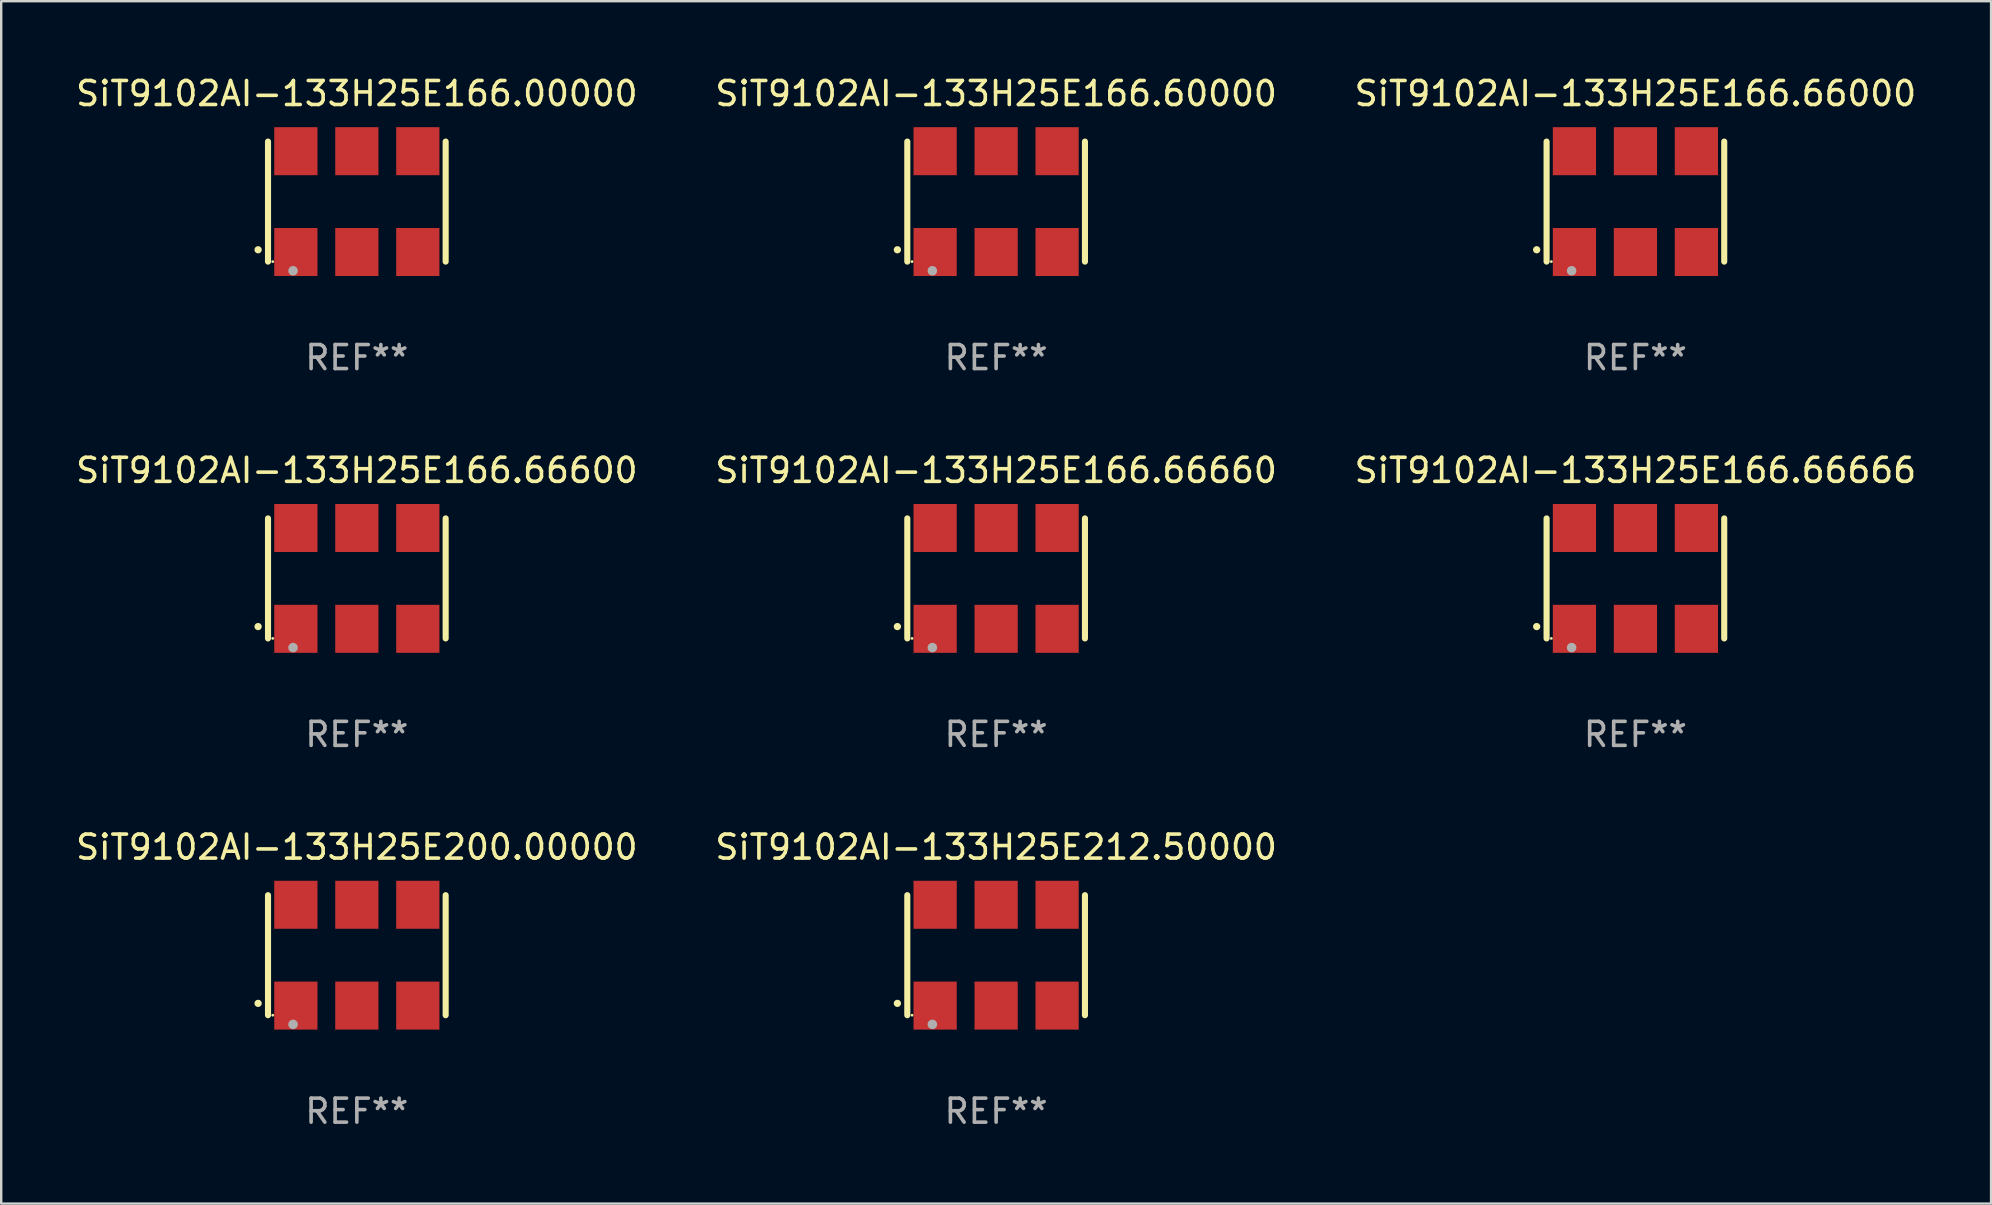
<source format=kicad_pcb>
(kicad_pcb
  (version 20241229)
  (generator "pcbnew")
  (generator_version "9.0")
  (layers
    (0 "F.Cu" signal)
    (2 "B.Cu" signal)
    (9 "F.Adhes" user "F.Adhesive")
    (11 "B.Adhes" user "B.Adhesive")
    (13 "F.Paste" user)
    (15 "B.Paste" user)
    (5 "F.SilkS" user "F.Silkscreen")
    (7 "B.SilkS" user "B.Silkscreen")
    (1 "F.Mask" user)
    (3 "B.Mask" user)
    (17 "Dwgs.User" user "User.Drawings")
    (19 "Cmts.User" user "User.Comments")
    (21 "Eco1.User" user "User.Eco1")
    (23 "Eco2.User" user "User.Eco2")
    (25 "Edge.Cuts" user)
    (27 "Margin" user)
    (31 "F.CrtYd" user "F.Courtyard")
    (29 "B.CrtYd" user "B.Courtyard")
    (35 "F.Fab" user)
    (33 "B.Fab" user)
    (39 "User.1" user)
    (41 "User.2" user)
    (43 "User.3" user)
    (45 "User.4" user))
  (footprint "SiT9102AI-133H25E212.50000"
    (layer "F.Cu")
    (at 38.446 36.741)
    (property "Reference" "SiT9102AI-133H25E212.50000" (at 0 -4.5 0) (layer "F.SilkS") (effects (font (size 1 1) (thickness 0.15))))
    (attr through_hole)
    (fp_line (start -3.7 -2.5) (end -3.7 2.5) (stroke (width 0.254) (type solid)) (layer "F.SilkS"))
    (fp_line (start 3.7 -2.5) (end 3.7 2.5) (stroke (width 0.254) (type solid)) (layer "F.SilkS"))
    (fp_arc (start -4.114415 2.006604) (mid -4.113145 2.006599) (end -4.111875 2.006604) (stroke (width 0.3) (type solid)) (layer "F.SilkS"))
    (fp_circle (center -3.502 2.5) (end -3.472 2.5) (stroke (width 0.06) (type solid)) (fill no) (layer "F.SilkS"))
    (fp_circle (center -2.657 2.882) (end -2.557 2.882) (stroke (width 0.2) (type solid)) (fill no) (layer "F.Fab"))
    (fp_text user "REF**" (at 0 6.5 0) (layer "F.Fab") (effects (font (size 1 1) (thickness 0.15))))
    (pad "1" smd rect (at -2.54 2.1) (size 1.8 2) (layers "F.Cu" "F.Mask" "F.Paste"))
    (pad "2" smd rect (at 0.000394 2.1) (size 1.8 2) (layers "F.Cu" "F.Mask" "F.Paste"))
    (pad "3" smd rect (at 2.54 2.1) (size 1.8 2) (layers "F.Cu" "F.Mask" "F.Paste"))
    (pad "4" smd rect (at 2.54 -2.1) (size 1.8 2) (layers "F.Cu" "F.Mask" "F.Paste"))
    (pad "5" smd rect (at 0.000394 -2.1) (size 1.8 2) (layers "F.Cu" "F.Mask" "F.Paste"))
    (pad "6" smd rect (at -2.54 -2.1) (size 1.8 2) (layers "F.Cu" "F.Mask" "F.Paste")))
  (footprint "SiT9102AI-133H25E166.66660"
    (layer "F.Cu")
    (at 38.446 21.045)
    (property "Reference" "SiT9102AI-133H25E166.66660" (at 0 -4.5 0) (layer "F.SilkS") (effects (font (size 1 1) (thickness 0.15))))
    (attr through_hole)
    (fp_line (start -3.7 -2.5) (end -3.7 2.5) (stroke (width 0.254) (type solid)) (layer "F.SilkS"))
    (fp_line (start 3.7 -2.5) (end 3.7 2.5) (stroke (width 0.254) (type solid)) (layer "F.SilkS"))
    (fp_arc (start -4.114415 2.006604) (mid -4.113145 2.006599) (end -4.111875 2.006604) (stroke (width 0.3) (type solid)) (layer "F.SilkS"))
    (fp_circle (center -3.502 2.5) (end -3.472 2.5) (stroke (width 0.06) (type solid)) (fill no) (layer "F.SilkS"))
    (fp_circle (center -2.657 2.882) (end -2.557 2.882) (stroke (width 0.2) (type solid)) (fill no) (layer "F.Fab"))
    (fp_text user "REF**" (at 0 6.5 0) (layer "F.Fab") (effects (font (size 1 1) (thickness 0.15))))
    (pad "1" smd rect (at -2.54 2.1) (size 1.8 2) (layers "F.Cu" "F.Mask" "F.Paste"))
    (pad "2" smd rect (at 0.000394 2.1) (size 1.8 2) (layers "F.Cu" "F.Mask" "F.Paste"))
    (pad "3" smd rect (at 2.54 2.1) (size 1.8 2) (layers "F.Cu" "F.Mask" "F.Paste"))
    (pad "4" smd rect (at 2.54 -2.1) (size 1.8 2) (layers "F.Cu" "F.Mask" "F.Paste"))
    (pad "5" smd rect (at 0.000394 -2.1) (size 1.8 2) (layers "F.Cu" "F.Mask" "F.Paste"))
    (pad "6" smd rect (at -2.54 -2.1) (size 1.8 2) (layers "F.Cu" "F.Mask" "F.Paste")))
  (footprint "SiT9102AI-133H25E166.66000"
    (layer "F.Cu")
    (at 65.077 5.348)
    (property "Reference" "SiT9102AI-133H25E166.66000" (at 0 -4.5 0) (layer "F.SilkS") (effects (font (size 1 1) (thickness 0.15))))
    (attr through_hole)
    (fp_line (start -3.7 -2.5) (end -3.7 2.5) (stroke (width 0.254) (type solid)) (layer "F.SilkS"))
    (fp_line (start 3.7 -2.5) (end 3.7 2.5) (stroke (width 0.254) (type solid)) (layer "F.SilkS"))
    (fp_arc (start -4.114415 2.006604) (mid -4.113145 2.006599) (end -4.111875 2.006604) (stroke (width 0.3) (type solid)) (layer "F.SilkS"))
    (fp_circle (center -3.502 2.5) (end -3.472 2.5) (stroke (width 0.06) (type solid)) (fill no) (layer "F.SilkS"))
    (fp_circle (center -2.657 2.882) (end -2.557 2.882) (stroke (width 0.2) (type solid)) (fill no) (layer "F.Fab"))
    (fp_text user "REF**" (at 0 6.5 0) (layer "F.Fab") (effects (font (size 1 1) (thickness 0.15))))
    (pad "1" smd rect (at -2.54 2.1) (size 1.8 2) (layers "F.Cu" "F.Mask" "F.Paste"))
    (pad "2" smd rect (at 0.000394 2.1) (size 1.8 2) (layers "F.Cu" "F.Mask" "F.Paste"))
    (pad "3" smd rect (at 2.54 2.1) (size 1.8 2) (layers "F.Cu" "F.Mask" "F.Paste"))
    (pad "4" smd rect (at 2.54 -2.1) (size 1.8 2) (layers "F.Cu" "F.Mask" "F.Paste"))
    (pad "5" smd rect (at 0.000394 -2.1) (size 1.8 2) (layers "F.Cu" "F.Mask" "F.Paste"))
    (pad "6" smd rect (at -2.54 -2.1) (size 1.8 2) (layers "F.Cu" "F.Mask" "F.Paste")))
  (footprint "SiT9102AI-133H25E166.66600"
    (layer "F.Cu")
    (at 11.815 21.045)
    (property "Reference" "SiT9102AI-133H25E166.66600" (at 0 -4.5 0) (layer "F.SilkS") (effects (font (size 1 1) (thickness 0.15))))
    (attr through_hole)
    (fp_line (start -3.7 -2.5) (end -3.7 2.5) (stroke (width 0.254) (type solid)) (layer "F.SilkS"))
    (fp_line (start 3.7 -2.5) (end 3.7 2.5) (stroke (width 0.254) (type solid)) (layer "F.SilkS"))
    (fp_arc (start -4.114415 2.006604) (mid -4.113145 2.006599) (end -4.111875 2.006604) (stroke (width 0.3) (type solid)) (layer "F.SilkS"))
    (fp_circle (center -3.502 2.5) (end -3.472 2.5) (stroke (width 0.06) (type solid)) (fill no) (layer "F.SilkS"))
    (fp_circle (center -2.657 2.882) (end -2.557 2.882) (stroke (width 0.2) (type solid)) (fill no) (layer "F.Fab"))
    (fp_text user "REF**" (at 0 6.5 0) (layer "F.Fab") (effects (font (size 1 1) (thickness 0.15))))
    (pad "1" smd rect (at -2.54 2.1) (size 1.8 2) (layers "F.Cu" "F.Mask" "F.Paste"))
    (pad "2" smd rect (at 0.000394 2.1) (size 1.8 2) (layers "F.Cu" "F.Mask" "F.Paste"))
    (pad "3" smd rect (at 2.54 2.1) (size 1.8 2) (layers "F.Cu" "F.Mask" "F.Paste"))
    (pad "4" smd rect (at 2.54 -2.1) (size 1.8 2) (layers "F.Cu" "F.Mask" "F.Paste"))
    (pad "5" smd rect (at 0.000394 -2.1) (size 1.8 2) (layers "F.Cu" "F.Mask" "F.Paste"))
    (pad "6" smd rect (at -2.54 -2.1) (size 1.8 2) (layers "F.Cu" "F.Mask" "F.Paste")))
  (footprint "SiT9102AI-133H25E166.66666"
    (layer "F.Cu")
    (at 65.077 21.045)
    (property "Reference" "SiT9102AI-133H25E166.66666" (at 0 -4.5 0) (layer "F.SilkS") (effects (font (size 1 1) (thickness 0.15))))
    (attr through_hole)
    (fp_line (start -3.7 -2.5) (end -3.7 2.5) (stroke (width 0.254) (type solid)) (layer "F.SilkS"))
    (fp_line (start 3.7 -2.5) (end 3.7 2.5) (stroke (width 0.254) (type solid)) (layer "F.SilkS"))
    (fp_arc (start -4.114415 2.006604) (mid -4.113145 2.006599) (end -4.111875 2.006604) (stroke (width 0.3) (type solid)) (layer "F.SilkS"))
    (fp_circle (center -3.502 2.5) (end -3.472 2.5) (stroke (width 0.06) (type solid)) (fill no) (layer "F.SilkS"))
    (fp_circle (center -2.657 2.882) (end -2.557 2.882) (stroke (width 0.2) (type solid)) (fill no) (layer "F.Fab"))
    (fp_text user "REF**" (at 0 6.5 0) (layer "F.Fab") (effects (font (size 1 1) (thickness 0.15))))
    (pad "1" smd rect (at -2.54 2.1) (size 1.8 2) (layers "F.Cu" "F.Mask" "F.Paste"))
    (pad "2" smd rect (at 0.000394 2.1) (size 1.8 2) (layers "F.Cu" "F.Mask" "F.Paste"))
    (pad "3" smd rect (at 2.54 2.1) (size 1.8 2) (layers "F.Cu" "F.Mask" "F.Paste"))
    (pad "4" smd rect (at 2.54 -2.1) (size 1.8 2) (layers "F.Cu" "F.Mask" "F.Paste"))
    (pad "5" smd rect (at 0.000394 -2.1) (size 1.8 2) (layers "F.Cu" "F.Mask" "F.Paste"))
    (pad "6" smd rect (at -2.54 -2.1) (size 1.8 2) (layers "F.Cu" "F.Mask" "F.Paste")))
  (footprint "SiT9102AI-133H25E166.60000"
    (layer "F.Cu")
    (at 38.446 5.348)
    (property "Reference" "SiT9102AI-133H25E166.60000" (at 0 -4.5 0) (layer "F.SilkS") (effects (font (size 1 1) (thickness 0.15))))
    (attr through_hole)
    (fp_line (start -3.7 -2.5) (end -3.7 2.5) (stroke (width 0.254) (type solid)) (layer "F.SilkS"))
    (fp_line (start 3.7 -2.5) (end 3.7 2.5) (stroke (width 0.254) (type solid)) (layer "F.SilkS"))
    (fp_arc (start -4.114415 2.006604) (mid -4.113145 2.006599) (end -4.111875 2.006604) (stroke (width 0.3) (type solid)) (layer "F.SilkS"))
    (fp_circle (center -3.502 2.5) (end -3.472 2.5) (stroke (width 0.06) (type solid)) (fill no) (layer "F.SilkS"))
    (fp_circle (center -2.657 2.882) (end -2.557 2.882) (stroke (width 0.2) (type solid)) (fill no) (layer "F.Fab"))
    (fp_text user "REF**" (at 0 6.5 0) (layer "F.Fab") (effects (font (size 1 1) (thickness 0.15))))
    (pad "1" smd rect (at -2.54 2.1) (size 1.8 2) (layers "F.Cu" "F.Mask" "F.Paste"))
    (pad "2" smd rect (at 0.000394 2.1) (size 1.8 2) (layers "F.Cu" "F.Mask" "F.Paste"))
    (pad "3" smd rect (at 2.54 2.1) (size 1.8 2) (layers "F.Cu" "F.Mask" "F.Paste"))
    (pad "4" smd rect (at 2.54 -2.1) (size 1.8 2) (layers "F.Cu" "F.Mask" "F.Paste"))
    (pad "5" smd rect (at 0.000394 -2.1) (size 1.8 2) (layers "F.Cu" "F.Mask" "F.Paste"))
    (pad "6" smd rect (at -2.54 -2.1) (size 1.8 2) (layers "F.Cu" "F.Mask" "F.Paste")))
  (footprint "SiT9102AI-133H25E166.00000"
    (layer "F.Cu")
    (at 11.815 5.348)
    (property "Reference" "SiT9102AI-133H25E166.00000" (at 0 -4.5 0) (layer "F.SilkS") (effects (font (size 1 1) (thickness 0.15))))
    (attr through_hole)
    (fp_line (start -3.7 -2.5) (end -3.7 2.5) (stroke (width 0.254) (type solid)) (layer "F.SilkS"))
    (fp_line (start 3.7 -2.5) (end 3.7 2.5) (stroke (width 0.254) (type solid)) (layer "F.SilkS"))
    (fp_arc (start -4.114415 2.006604) (mid -4.113145 2.006599) (end -4.111875 2.006604) (stroke (width 0.3) (type solid)) (layer "F.SilkS"))
    (fp_circle (center -3.502 2.5) (end -3.472 2.5) (stroke (width 0.06) (type solid)) (fill no) (layer "F.SilkS"))
    (fp_circle (center -2.657 2.882) (end -2.557 2.882) (stroke (width 0.2) (type solid)) (fill no) (layer "F.Fab"))
    (fp_text user "REF**" (at 0 6.5 0) (layer "F.Fab") (effects (font (size 1 1) (thickness 0.15))))
    (pad "1" smd rect (at -2.54 2.1) (size 1.8 2) (layers "F.Cu" "F.Mask" "F.Paste"))
    (pad "2" smd rect (at 0.000394 2.1) (size 1.8 2) (layers "F.Cu" "F.Mask" "F.Paste"))
    (pad "3" smd rect (at 2.54 2.1) (size 1.8 2) (layers "F.Cu" "F.Mask" "F.Paste"))
    (pad "4" smd rect (at 2.54 -2.1) (size 1.8 2) (layers "F.Cu" "F.Mask" "F.Paste"))
    (pad "5" smd rect (at 0.000394 -2.1) (size 1.8 2) (layers "F.Cu" "F.Mask" "F.Paste"))
    (pad "6" smd rect (at -2.54 -2.1) (size 1.8 2) (layers "F.Cu" "F.Mask" "F.Paste")))
  (footprint "SiT9102AI-133H25E200.00000"
    (layer "F.Cu")
    (at 11.815 36.741)
    (property "Reference" "SiT9102AI-133H25E200.00000" (at 0 -4.5 0) (layer "F.SilkS") (effects (font (size 1 1) (thickness 0.15))))
    (attr through_hole)
    (fp_line (start -3.7 -2.5) (end -3.7 2.5) (stroke (width 0.254) (type solid)) (layer "F.SilkS"))
    (fp_line (start 3.7 -2.5) (end 3.7 2.5) (stroke (width 0.254) (type solid)) (layer "F.SilkS"))
    (fp_arc (start -4.114415 2.006604) (mid -4.113145 2.006599) (end -4.111875 2.006604) (stroke (width 0.3) (type solid)) (layer "F.SilkS"))
    (fp_circle (center -3.502 2.5) (end -3.472 2.5) (stroke (width 0.06) (type solid)) (fill no) (layer "F.SilkS"))
    (fp_circle (center -2.657 2.882) (end -2.557 2.882) (stroke (width 0.2) (type solid)) (fill no) (layer "F.Fab"))
    (fp_text user "REF**" (at 0 6.5 0) (layer "F.Fab") (effects (font (size 1 1) (thickness 0.15))))
    (pad "1" smd rect (at -2.54 2.1) (size 1.8 2) (layers "F.Cu" "F.Mask" "F.Paste"))
    (pad "2" smd rect (at 0.000394 2.1) (size 1.8 2) (layers "F.Cu" "F.Mask" "F.Paste"))
    (pad "3" smd rect (at 2.54 2.1) (size 1.8 2) (layers "F.Cu" "F.Mask" "F.Paste"))
    (pad "4" smd rect (at 2.54 -2.1) (size 1.8 2) (layers "F.Cu" "F.Mask" "F.Paste"))
    (pad "5" smd rect (at 0.000394 -2.1) (size 1.8 2) (layers "F.Cu" "F.Mask" "F.Paste"))
    (pad "6" smd rect (at -2.54 -2.1) (size 1.8 2) (layers "F.Cu" "F.Mask" "F.Paste")))
  (gr_rect
    (start -3 -3)
    (end 79.893 47.09)
    (stroke (width 0.1) (type default))
    (fill no)
    (layer "Edge.Cuts")))
</source>
